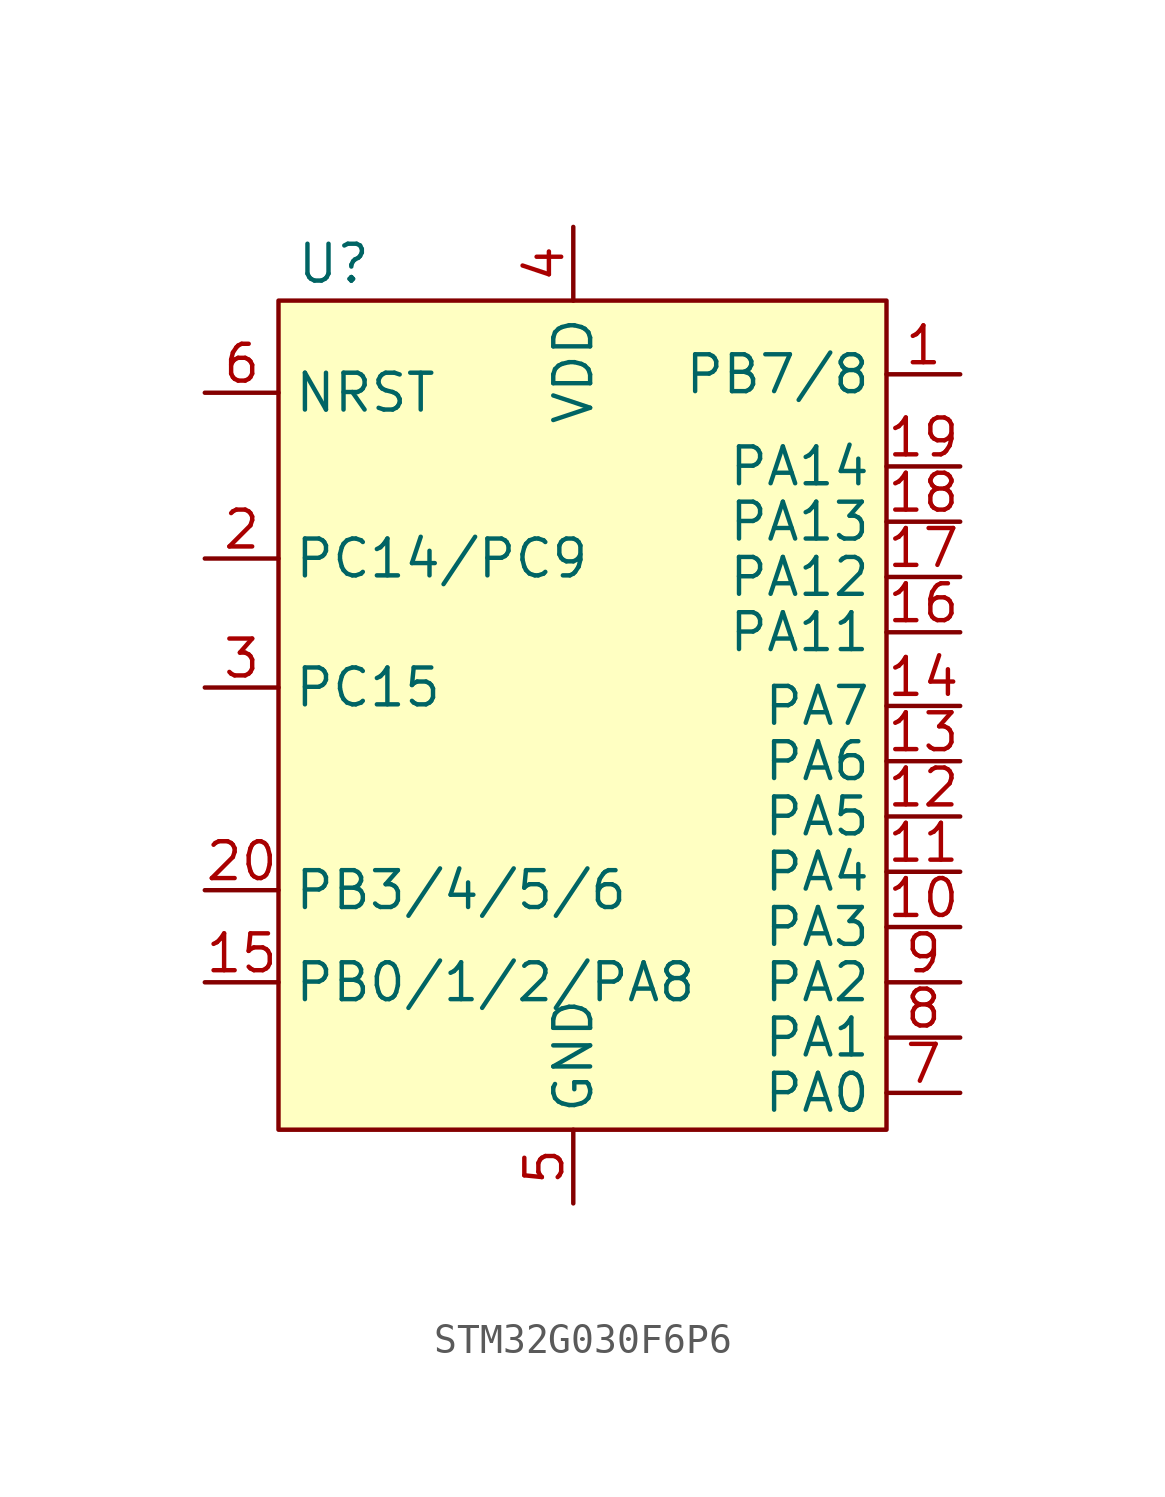
<source format=kicad_sym>
(kicad_symbol_lib
  (version 20220914)
  (generator kicad_symbol_editor)
  (symbol "STM32G030F6P6"
    (property "Reference" "U"
      (at -8.255 -1.27 0)
      (effects (font (size 1.27 1.27))))
    (property "Value" ""
      (at 0 0 0)
      (effects (font (size 1.27 1.27))))
    (symbol "STM32G030F6P6_0_1"
      (rectangle (start -10.16 -2.54) (end 10.795 -31.115) (stroke (width 0) (type default)) (fill (type background))))
    (symbol "STM32G030F6P6_1_1"
      (pin bidirectional line (at 13.335 -5.08 180) (length 2.54) (name "PB7/8" (effects (font (size 1.27 1.27)))) (number "1" (effects (font (size 1.27 1.27)))))
      (pin bidirectional line (at 13.335 -24.13 180) (length 2.54) (name "PA3" (effects (font (size 1.27 1.27)))) (number "10" (effects (font (size 1.27 1.27)))))
      (pin bidirectional line (at 13.335 -22.225 180) (length 2.54) (name "PA4" (effects (font (size 1.27 1.27)))) (number "11" (effects (font (size 1.27 1.27)))))
      (pin bidirectional line (at 13.335 -20.32 180) (length 2.54) (name "PA5" (effects (font (size 1.27 1.27)))) (number "12" (effects (font (size 1.27 1.27)))))
      (pin bidirectional line (at 13.335 -18.415 180) (length 2.54) (name "PA6" (effects (font (size 1.27 1.27)))) (number "13" (effects (font (size 1.27 1.27)))))
      (pin bidirectional line (at 13.335 -16.51 180) (length 2.54) (name "PA7" (effects (font (size 1.27 1.27)))) (number "14" (effects (font (size 1.27 1.27)))))
      (pin bidirectional line (at -12.7 -26.035 0) (length 2.54) (name "PB0/1/2/PA8" (effects (font (size 1.27 1.27)))) (number "15" (effects (font (size 1.27 1.27)))))
      (pin bidirectional line (at 13.335 -13.97 180) (length 2.54) (name "PA11" (effects (font (size 1.27 1.27)))) (number "16" (effects (font (size 1.27 1.27)))))
      (pin bidirectional line (at 13.335 -12.065 180) (length 2.54) (name "PA12" (effects (font (size 1.27 1.27)))) (number "17" (effects (font (size 1.27 1.27)))))
      (pin bidirectional line (at 13.335 -10.16 180) (length 2.54) (name "PA13" (effects (font (size 1.27 1.27)))) (number "18" (effects (font (size 1.27 1.27)))))
      (pin bidirectional line (at 13.335 -8.255 180) (length 2.54) (name "PA14" (effects (font (size 1.27 1.27)))) (number "19" (effects (font (size 1.27 1.27)))))
      (pin bidirectional line (at -12.7 -11.43 0) (length 2.54) (name "PC14/PC9" (effects (font (size 1.27 1.27)))) (number "2" (effects (font (size 1.27 1.27)))))
      (pin bidirectional line (at -12.7 -22.86 0) (length 2.54) (name "PB3/4/5/6" (effects (font (size 1.27 1.27)))) (number "20" (effects (font (size 1.27 1.27)))))
      (pin bidirectional line (at -12.7 -15.875 0) (length 2.54) (name "PC15" (effects (font (size 1.27 1.27)))) (number "3" (effects (font (size 1.27 1.27)))))
      (pin passive line (at 0 0 270) (length 2.54) (name "VDD" (effects (font (size 1.27 1.27)))) (number "4" (effects (font (size 1.27 1.27)))))
      (pin passive line (at 0 -33.655 90) (length 2.54) (name "GND" (effects (font (size 1.27 1.27)))) (number "5" (effects (font (size 1.27 1.27)))))
      (pin input line (at -12.7 -5.715 0) (length 2.54) (name "NRST" (effects (font (size 1.27 1.27)))) (number "6" (effects (font (size 1.27 1.27)))))
      (pin bidirectional line (at 13.335 -29.845 180) (length 2.54) (name "PA0" (effects (font (size 1.27 1.27)))) (number "7" (effects (font (size 1.27 1.27)))))
      (pin bidirectional line (at 13.335 -27.94 180) (length 2.54) (name "PA1" (effects (font (size 1.27 1.27)))) (number "8" (effects (font (size 1.27 1.27)))))
      (pin bidirectional line (at 13.335 -26.035 180) (length 2.54) (name "PA2" (effects (font (size 1.27 1.27)))) (number "9" (effects (font (size 1.27 1.27))))))))
</source>
